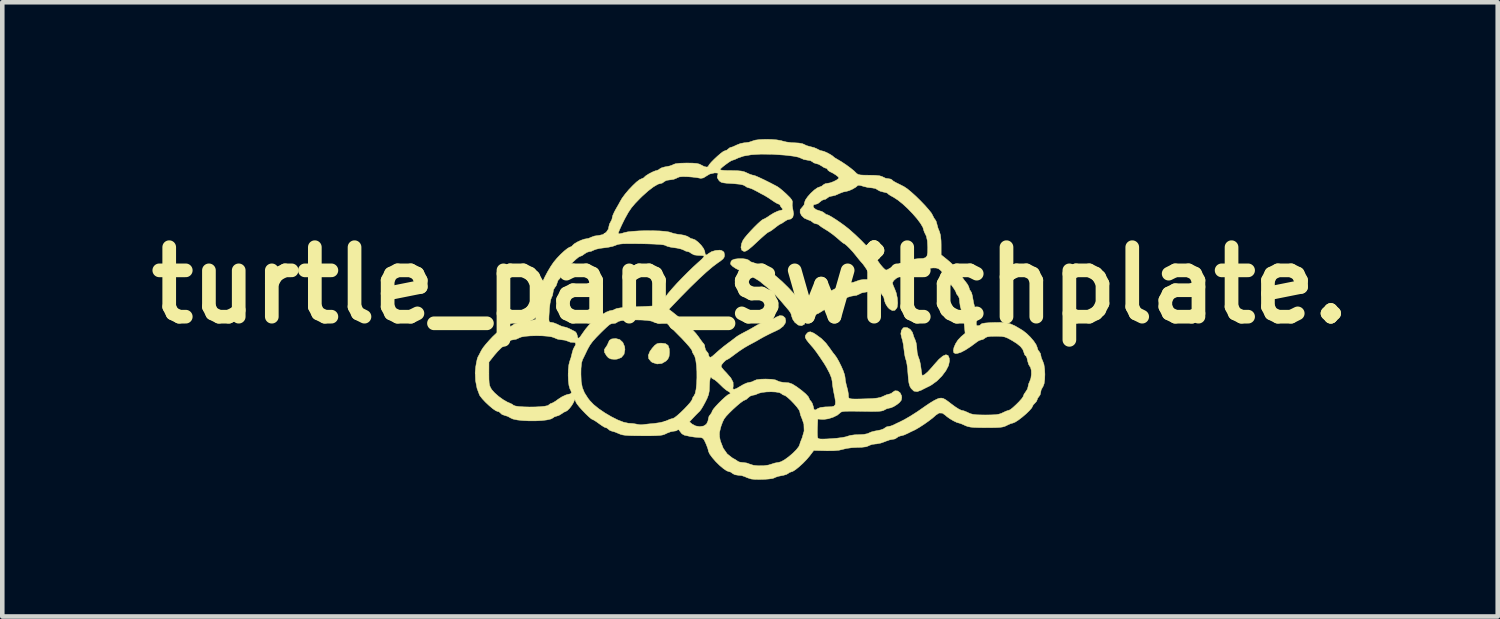
<source format=kicad_pcb>
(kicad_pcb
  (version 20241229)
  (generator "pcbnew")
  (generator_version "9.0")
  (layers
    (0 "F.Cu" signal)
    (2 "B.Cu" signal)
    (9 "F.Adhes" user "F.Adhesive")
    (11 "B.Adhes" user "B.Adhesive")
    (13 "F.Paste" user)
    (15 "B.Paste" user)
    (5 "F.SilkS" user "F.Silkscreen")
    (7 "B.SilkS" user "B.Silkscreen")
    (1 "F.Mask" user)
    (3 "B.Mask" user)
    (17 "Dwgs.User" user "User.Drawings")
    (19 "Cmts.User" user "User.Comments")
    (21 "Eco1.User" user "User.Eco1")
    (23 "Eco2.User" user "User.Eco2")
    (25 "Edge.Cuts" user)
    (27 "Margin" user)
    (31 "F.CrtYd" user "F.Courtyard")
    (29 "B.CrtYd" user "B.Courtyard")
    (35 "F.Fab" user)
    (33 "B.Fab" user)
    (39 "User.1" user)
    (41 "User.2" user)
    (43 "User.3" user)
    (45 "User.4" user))
  (footprint "turtle_pan_switchplate."
    (layer "F.Cu")
    (at 13.397 3.205)
    (property "Reference" "turtle_pan_switchplate." (at 0 0 0) (layer "F.SilkS") (effects (font (size 1.524 1.524) (thickness 0.3))))
    (attr through_hole)
    (fp_poly (pts (xy -1.853 1.281) (xy -1.797 1.32) (xy -1.771 1.394) (xy -1.767 1.474) (xy -1.775 1.56) (xy -1.802 1.619) (xy -1.841 1.661) (xy -1.934 1.715) (xy -2.038 1.726) (xy -2.14 1.694) (xy -2.168 1.675) (xy -2.222 1.61) (xy -2.23 1.536) (xy -2.193 1.447) (xy -2.145 1.381) (xy -2.087 1.316) (xy -2.041 1.283) (xy -1.986 1.271) (xy -1.945 1.27) (xy -1.853 1.281)) (stroke (width 0.01) (type solid)) (fill yes) (layer "F.SilkS"))
    (fp_poly (pts (xy -2.857 1.191) (xy -2.789 1.254) (xy -2.75 1.347) (xy -2.743 1.411) (xy -2.763 1.514) (xy -2.822 1.585) (xy -2.916 1.62) (xy -2.972 1.624) (xy -3.052 1.617) (xy -3.105 1.591) (xy -3.143 1.55) (xy -3.191 1.472) (xy -3.195 1.41) (xy -3.166 1.366) (xy -3.131 1.314) (xy -3.111 1.269) (xy -3.083 1.208) (xy -3.035 1.178) (xy -2.955 1.169) (xy -2.945 1.169) (xy -2.857 1.191)) (stroke (width 0.01) (type solid)) (fill yes) (layer "F.SilkS"))
    (fp_poly (pts (xy 2.572 -0.125) (xy 2.64 -0.113) (xy 2.676 -0.088) (xy 2.677 -0.087) (xy 2.697 0.013) (xy 2.673 0.09) (xy 2.609 0.138) (xy 2.523 0.153) (xy 2.45 0.167) (xy 2.402 0.191) (xy 2.339 0.22) (xy 2.282 0.229) (xy 2.216 0.24) (xy 2.123 0.27) (xy 2.022 0.312) (xy 1.93 0.359) (xy 1.877 0.387) (xy 1.833 0.407) (xy 1.784 0.434) (xy 1.709 0.481) (xy 1.624 0.539) (xy 1.614 0.546) (xy 1.5 0.617) (xy 1.401 0.656) (xy 1.325 0.662) (xy 1.287 0.643) (xy 1.266 0.592) (xy 1.289 0.524) (xy 1.358 0.437) (xy 1.429 0.369) (xy 1.51 0.299) (xy 1.582 0.239) (xy 1.634 0.201) (xy 1.642 0.196) (xy 1.764 0.129) (xy 1.868 0.076) (xy 1.947 0.04) (xy 1.991 0.025) (xy 1.993 0.025) (xy 2.036 0.008) (xy 2.057 -0.013) (xy 2.103 -0.039) (xy 2.172 -0.051) (xy 2.181 -0.052) (xy 2.263 -0.063) (xy 2.335 -0.088) (xy 2.337 -0.089) (xy 2.404 -0.113) (xy 2.488 -0.125) (xy 2.572 -0.125)) (stroke (width 0.01) (type solid)) (fill yes) (layer "F.SilkS"))
    (fp_poly (pts (xy 3.447 0.929) (xy 3.513 0.968) (xy 3.56 1.031) (xy 3.57 1.061) (xy 3.594 1.137) (xy 3.621 1.198) (xy 3.643 1.265) (xy 3.656 1.353) (xy 3.658 1.388) (xy 3.666 1.479) (xy 3.686 1.56) (xy 3.695 1.583) (xy 3.718 1.647) (xy 3.738 1.739) (xy 3.749 1.818) (xy 3.76 1.901) (xy 3.77 1.96) (xy 3.777 1.981) (xy 3.826 1.961) (xy 3.897 1.9) (xy 3.991 1.797) (xy 4.039 1.74) (xy 4.142 1.625) (xy 4.229 1.552) (xy 4.296 1.524) (xy 4.343 1.54) (xy 4.369 1.6) (xy 4.374 1.66) (xy 4.353 1.761) (xy 4.295 1.873) (xy 4.209 1.988) (xy 4.104 2.094) (xy 3.988 2.18) (xy 3.932 2.212) (xy 3.85 2.252) (xy 3.775 2.29) (xy 3.755 2.301) (xy 3.665 2.333) (xy 3.593 2.321) (xy 3.532 2.262) (xy 3.532 2.262) (xy 3.504 2.212) (xy 3.485 2.145) (xy 3.472 2.05) (xy 3.463 1.938) (xy 3.454 1.826) (xy 3.441 1.728) (xy 3.427 1.659) (xy 3.42 1.638) (xy 3.404 1.588) (xy 3.388 1.505) (xy 3.376 1.41) (xy 3.363 1.307) (xy 3.345 1.213) (xy 3.327 1.154) (xy 3.307 1.067) (xy 3.319 0.99) (xy 3.358 0.937) (xy 3.38 0.927) (xy 3.447 0.929)) (stroke (width 0.01) (type solid)) (fill yes) (layer "F.SilkS"))
    (fp_poly (pts (xy -0.162 -0.583) (xy -0.082 -0.572) (xy -0.03 -0.551) (xy -0.025 -0.546) (xy 0.015 -0.514) (xy 0.035 -0.507) (xy 0.084 -0.493) (xy 0.164 -0.456) (xy 0.263 -0.403) (xy 0.372 -0.338) (xy 0.444 -0.292) (xy 0.567 -0.2) (xy 0.701 -0.083) (xy 0.836 0.049) (xy 0.962 0.184) (xy 1.069 0.314) (xy 1.147 0.427) (xy 1.16 0.451) (xy 1.195 0.54) (xy 1.215 0.642) (xy 1.22 0.74) (xy 1.209 0.82) (xy 1.189 0.859) (xy 1.128 0.888) (xy 1.057 0.873) (xy 0.986 0.817) (xy 0.98 0.811) (xy 0.937 0.747) (xy 0.915 0.687) (xy 0.913 0.678) (xy 0.897 0.62) (xy 0.858 0.558) (xy 0.856 0.556) (xy 0.813 0.505) (xy 0.749 0.43) (xy 0.678 0.346) (xy 0.665 0.331) (xy 0.577 0.234) (xy 0.477 0.135) (xy 0.386 0.055) (xy 0.314 -0.004) (xy 0.258 -0.05) (xy 0.23 -0.075) (xy 0.229 -0.076) (xy 0.201 -0.096) (xy 0.143 -0.132) (xy 0.089 -0.164) (xy 0.018 -0.207) (xy -0.034 -0.241) (xy -0.051 -0.256) (xy -0.083 -0.276) (xy -0.136 -0.293) (xy -0.225 -0.324) (xy -0.312 -0.368) (xy -0.383 -0.415) (xy -0.424 -0.459) (xy -0.428 -0.47) (xy -0.417 -0.522) (xy -0.392 -0.551) (xy -0.335 -0.573) (xy -0.252 -0.583) (xy -0.162 -0.583)) (stroke (width 0.01) (type solid)) (fill yes) (layer "F.SilkS"))
    (fp_poly (pts (xy 0.464 -3.198) (xy 0.585 -3.188) (xy 0.683 -3.171) (xy 0.711 -3.162) (xy 0.799 -3.141) (xy 0.907 -3.127) (xy 0.975 -3.124) (xy 1.074 -3.118) (xy 1.152 -3.103) (xy 1.182 -3.09) (xy 1.24 -3.062) (xy 1.318 -3.04) (xy 1.332 -3.037) (xy 1.411 -3.016) (xy 1.476 -2.987) (xy 1.484 -2.982) (xy 1.542 -2.954) (xy 1.579 -2.946) (xy 1.625 -2.934) (xy 1.693 -2.904) (xy 1.763 -2.866) (xy 1.816 -2.831) (xy 1.829 -2.818) (xy 1.858 -2.795) (xy 1.907 -2.766) (xy 2.002 -2.71) (xy 2.106 -2.641) (xy 2.204 -2.569) (xy 2.282 -2.506) (xy 2.309 -2.479) (xy 2.341 -2.448) (xy 2.375 -2.429) (xy 2.424 -2.418) (xy 2.499 -2.414) (xy 2.612 -2.413) (xy 2.616 -2.413) (xy 2.75 -2.41) (xy 2.842 -2.4) (xy 2.898 -2.383) (xy 2.91 -2.376) (xy 2.974 -2.346) (xy 3.027 -2.338) (xy 3.084 -2.328) (xy 3.112 -2.311) (xy 3.144 -2.283) (xy 3.201 -2.25) (xy 3.208 -2.247) (xy 3.287 -2.208) (xy 3.373 -2.164) (xy 3.383 -2.158) (xy 3.449 -2.114) (xy 3.535 -2.043) (xy 3.635 -1.953) (xy 3.737 -1.853) (xy 3.834 -1.752) (xy 3.916 -1.659) (xy 3.976 -1.584) (xy 3.999 -1.543) (xy 4.03 -1.481) (xy 4.056 -1.441) (xy 4.061 -1.437) (xy 4.08 -1.405) (xy 4.098 -1.344) (xy 4.1 -1.335) (xy 4.123 -1.25) (xy 4.154 -1.176) (xy 4.176 -1.099) (xy 4.189 -0.977) (xy 4.191 -0.886) (xy 4.191 -0.667) (xy 4.312 -0.57) (xy 4.388 -0.506) (xy 4.456 -0.442) (xy 4.489 -0.408) (xy 4.539 -0.351) (xy 4.581 -0.305) (xy 4.619 -0.247) (xy 4.633 -0.216) (xy 4.659 -0.166) (xy 4.706 -0.101) (xy 4.725 -0.079) (xy 4.771 -0.017) (xy 4.798 0.037) (xy 4.801 0.051) (xy 4.819 0.105) (xy 4.835 0.124) (xy 4.858 0.164) (xy 4.877 0.236) (xy 4.886 0.289) (xy 4.904 0.389) (xy 4.93 0.488) (xy 4.943 0.523) (xy 4.971 0.628) (xy 4.969 0.752) (xy 4.968 0.755) (xy 4.961 0.833) (xy 4.965 0.873) (xy 4.983 0.888) (xy 5.001 0.889) (xy 5.047 0.875) (xy 5.061 0.857) (xy 5.087 0.841) (xy 5.154 0.829) (xy 5.267 0.82) (xy 5.353 0.817) (xy 5.499 0.815) (xy 5.613 0.824) (xy 5.711 0.848) (xy 5.81 0.891) (xy 5.926 0.959) (xy 5.984 0.995) (xy 6.065 1.058) (xy 6.147 1.138) (xy 6.22 1.223) (xy 6.273 1.302) (xy 6.298 1.364) (xy 6.299 1.374) (xy 6.317 1.425) (xy 6.337 1.448) (xy 6.369 1.498) (xy 6.376 1.533) (xy 6.388 1.593) (xy 6.418 1.662) (xy 6.419 1.664) (xy 6.445 1.736) (xy 6.46 1.837) (xy 6.466 1.951) (xy 6.462 2.063) (xy 6.449 2.159) (xy 6.425 2.222) (xy 6.42 2.228) (xy 6.385 2.292) (xy 6.375 2.342) (xy 6.361 2.404) (xy 6.337 2.438) (xy 6.305 2.482) (xy 6.299 2.505) (xy 6.281 2.547) (xy 6.248 2.584) (xy 6.21 2.624) (xy 6.198 2.648) (xy 6.178 2.689) (xy 6.127 2.748) (xy 6.055 2.818) (xy 5.972 2.889) (xy 5.889 2.953) (xy 5.816 3) (xy 5.764 3.022) (xy 5.758 3.023) (xy 5.717 3.034) (xy 5.654 3.062) (xy 5.632 3.073) (xy 5.588 3.094) (xy 5.538 3.108) (xy 5.472 3.117) (xy 5.38 3.122) (xy 5.253 3.123) (xy 5.175 3.123) (xy 5.024 3.122) (xy 4.914 3.118) (xy 4.833 3.11) (xy 4.773 3.097) (xy 4.723 3.079) (xy 4.712 3.073) (xy 4.645 3.043) (xy 4.596 3.025) (xy 4.586 3.023) (xy 4.534 3.008) (xy 4.459 2.972) (xy 4.38 2.925) (xy 4.313 2.877) (xy 4.292 2.857) (xy 4.219 2.804) (xy 4.145 2.802) (xy 4.07 2.851) (xy 4.063 2.859) (xy 4.004 2.911) (xy 3.916 2.978) (xy 3.814 3.05) (xy 3.712 3.116) (xy 3.625 3.167) (xy 3.581 3.188) (xy 3.535 3.209) (xy 3.468 3.243) (xy 3.449 3.252) (xy 3.378 3.284) (xy 3.317 3.301) (xy 3.306 3.302) (xy 3.249 3.321) (xy 3.226 3.34) (xy 3.177 3.37) (xy 3.127 3.379) (xy 3.062 3.391) (xy 2.982 3.419) (xy 2.959 3.429) (xy 2.868 3.461) (xy 2.774 3.479) (xy 2.756 3.48) (xy 2.677 3.49) (xy 2.613 3.513) (xy 2.605 3.519) (xy 2.545 3.542) (xy 2.441 3.554) (xy 2.358 3.556) (xy 2.234 3.562) (xy 2.118 3.578) (xy 2.043 3.596) (xy 1.951 3.618) (xy 1.831 3.629) (xy 1.673 3.63) (xy 1.662 3.629) (xy 1.398 3.623) (xy 1.31 3.739) (xy 1.241 3.821) (xy 1.159 3.905) (xy 1.074 3.982) (xy 0.997 4.044) (xy 0.937 4.082) (xy 0.912 4.089) (xy 0.86 4.108) (xy 0.841 4.124) (xy 0.8 4.148) (xy 0.729 4.169) (xy 0.694 4.175) (xy 0.616 4.191) (xy 0.555 4.212) (xy 0.54 4.221) (xy 0.497 4.237) (xy 0.418 4.248) (xy 0.316 4.256) (xy 0.208 4.259) (xy 0.107 4.257) (xy 0.029 4.249) (xy 0.013 4.245) (xy -0.063 4.22) (xy -0.119 4.195) (xy -0.184 4.174) (xy -0.262 4.166) (xy -0.262 4.166) (xy -0.331 4.155) (xy -0.379 4.13) (xy -0.381 4.128) (xy -0.428 4.095) (xy -0.455 4.089) (xy -0.51 4.07) (xy -0.584 4.02) (xy -0.669 3.948) (xy -0.754 3.864) (xy -0.829 3.777) (xy -0.886 3.699) (xy -0.913 3.638) (xy -0.914 3.627) (xy -0.924 3.586) (xy -0.949 3.518) (xy -0.97 3.467) (xy -1.005 3.393) (xy -1.035 3.355) (xy -1.076 3.34) (xy -1.129 3.337) (xy -1.218 3.33) (xy -1.3 3.318) (xy -1.308 3.317) (xy -1.377 3.301) (xy -0.671 3.301) (xy -0.657 3.384) (xy -0.647 3.422) (xy -0.588 3.574) (xy -0.5 3.699) (xy -0.39 3.785) (xy -0.382 3.79) (xy -0.319 3.825) (xy -0.274 3.856) (xy -0.271 3.859) (xy -0.229 3.878) (xy -0.162 3.887) (xy -0.154 3.887) (xy -0.072 3.898) (xy -0.001 3.924) (xy 0 3.924) (xy 0.075 3.948) (xy 0.179 3.959) (xy 0.295 3.958) (xy 0.403 3.943) (xy 0.466 3.924) (xy 0.544 3.899) (xy 0.615 3.886) (xy 0.623 3.886) (xy 0.682 3.869) (xy 0.762 3.824) (xy 0.851 3.759) (xy 0.939 3.684) (xy 1.016 3.607) (xy 1.07 3.538) (xy 1.092 3.486) (xy 1.092 3.484) (xy 1.102 3.448) (xy 1.127 3.385) (xy 1.142 3.349) (xy 1.186 3.197) (xy 1.181 3.046) (xy 1.143 2.934) (xy 1.112 2.858) (xy 1.094 2.791) (xy 1.093 2.776) (xy 1.075 2.735) (xy 1.03 2.672) (xy 0.966 2.598) (xy 0.896 2.525) (xy 0.828 2.463) (xy 0.774 2.422) (xy 0.749 2.413) (xy 0.708 2.395) (xy 0.686 2.375) (xy 0.643 2.354) (xy 0.564 2.341) (xy 0.465 2.336) (xy 0.361 2.339) (xy 0.265 2.35) (xy 0.193 2.368) (xy 0.178 2.375) (xy 0.111 2.403) (xy 0.061 2.412) (xy 0.004 2.431) (xy -0.038 2.464) (xy -0.08 2.502) (xy -0.108 2.515) (xy -0.146 2.532) (xy -0.209 2.577) (xy -0.288 2.643) (xy -0.373 2.72) (xy -0.454 2.799) (xy -0.523 2.872) (xy -0.567 2.93) (xy -0.6 2.996) (xy -0.634 3.087) (xy -0.649 3.139) (xy -0.669 3.228) (xy -0.671 3.301) (xy -1.377 3.301) (xy -1.384 3.3) (xy -1.441 3.287) (xy -1.494 3.257) (xy -1.532 3.209) (xy -1.563 3.167) (xy -1.585 3.171) (xy -1.622 3.193) (xy -1.672 3.2) (xy -1.739 3.212) (xy -1.818 3.242) (xy -1.835 3.251) (xy -1.876 3.27) (xy -1.921 3.284) (xy -1.98 3.293) (xy -2.062 3.298) (xy -2.175 3.301) (xy -2.329 3.301) (xy -2.356 3.301) (xy -2.518 3.3) (xy -2.639 3.297) (xy -2.728 3.291) (xy -2.792 3.282) (xy -2.842 3.268) (xy -2.883 3.251) (xy -2.955 3.221) (xy -3.013 3.203) (xy -3.026 3.201) (xy -3.076 3.182) (xy -3.099 3.162) (xy -3.14 3.13) (xy -3.162 3.124) (xy -3.198 3.11) (xy -3.258 3.072) (xy -3.31 3.035) (xy -3.377 2.987) (xy -3.429 2.955) (xy -3.45 2.946) (xy -3.482 2.929) (xy -3.537 2.882) (xy -3.606 2.816) (xy -3.677 2.742) (xy -3.743 2.668) (xy -3.792 2.606) (xy -3.815 2.569) (xy -3.842 2.502) (xy -3.871 2.571) (xy -3.907 2.633) (xy -3.956 2.697) (xy -4.006 2.747) (xy -4.044 2.769) (xy -4.045 2.769) (xy -4.08 2.783) (xy -4.131 2.818) (xy -4.133 2.819) (xy -4.192 2.855) (xy -4.242 2.87) (xy -4.296 2.889) (xy -4.315 2.905) (xy -4.364 2.932) (xy -4.452 2.953) (xy -4.569 2.967) (xy -4.704 2.974) (xy -4.845 2.974) (xy -4.982 2.967) (xy -5.104 2.954) (xy -5.2 2.933) (xy -5.259 2.906) (xy -5.259 2.905) (xy -5.313 2.875) (xy -5.378 2.855) (xy -5.438 2.834) (xy -5.471 2.804) (xy -5.471 2.804) (xy -5.505 2.774) (xy -5.532 2.769) (xy -5.576 2.751) (xy -5.643 2.705) (xy -5.721 2.639) (xy -5.801 2.564) (xy -5.871 2.489) (xy -5.922 2.424) (xy -5.932 2.406) (xy -5.986 2.262) (xy -6.019 2.091) (xy -6.025 1.941) (xy -5.726 1.941) (xy -5.725 2.061) (xy -5.72 2.144) (xy -5.709 2.202) (xy -5.689 2.248) (xy -5.664 2.289) (xy -5.601 2.36) (xy -5.511 2.439) (xy -5.411 2.511) (xy -5.318 2.564) (xy -5.281 2.579) (xy -5.219 2.608) (xy -5.187 2.632) (xy -5.146 2.648) (xy -5.066 2.66) (xy -4.96 2.667) (xy -4.839 2.67) (xy -4.715 2.669) (xy -4.599 2.663) (xy -4.503 2.653) (xy -4.438 2.64) (xy -4.42 2.629) (xy -4.378 2.597) (xy -4.357 2.591) (xy -4.321 2.576) (xy -4.26 2.539) (xy -4.207 2.5) (xy -4.125 2.447) (xy -4.042 2.408) (xy -4 2.395) (xy -3.938 2.381) (xy -3.916 2.358) (xy -3.928 2.312) (xy -3.95 2.27) (xy -3.97 2.2) (xy -3.983 2.097) (xy -3.988 1.976) (xy -3.987 1.944) (xy -3.708 1.944) (xy -3.702 2.109) (xy -3.678 2.241) (xy -3.631 2.357) (xy -3.555 2.476) (xy -3.515 2.528) (xy -3.431 2.616) (xy -3.316 2.709) (xy -3.182 2.8) (xy -3.039 2.884) (xy -2.9 2.954) (xy -2.774 3.003) (xy -2.673 3.025) (xy -2.663 3.026) (xy -2.573 3.032) (xy -2.491 3.045) (xy -2.477 3.049) (xy -2.405 3.06) (xy -2.349 3.057) (xy -2.3 3.05) (xy -2.217 3.041) (xy -2.117 3.032) (xy -2.108 3.031) (xy -1.997 3.016) (xy -1.901 2.995) (xy -1.329 2.995) (xy -1.268 3.046) (xy -1.191 3.086) (xy -1.101 3.1) (xy -1.017 3.087) (xy -0.957 3.047) (xy -0.954 3.042) (xy -0.923 2.979) (xy -0.914 2.931) (xy -0.899 2.873) (xy -0.879 2.847) (xy -0.844 2.799) (xy -0.828 2.758) (xy -0.805 2.719) (xy -0.755 2.659) (xy -0.689 2.588) (xy -0.615 2.515) (xy -0.545 2.451) (xy -0.488 2.405) (xy -0.454 2.388) (xy -0.432 2.375) (xy -0.442 2.349) (xy -0.479 2.325) (xy -0.48 2.325) (xy -0.522 2.299) (xy -0.584 2.248) (xy -0.651 2.183) (xy -0.717 2.12) (xy -0.772 2.075) (xy -0.806 2.057) (xy -0.806 2.057) (xy -0.836 2.041) (xy -0.838 2.03) (xy -0.854 2.015) (xy -0.864 2.019) (xy -0.876 2.051) (xy -0.885 2.119) (xy -0.889 2.208) (xy -0.889 2.209) (xy -0.893 2.312) (xy -0.908 2.393) (xy -0.94 2.478) (xy -0.979 2.557) (xy -1.026 2.644) (xy -1.068 2.714) (xy -1.097 2.754) (xy -1.099 2.757) (xy -1.133 2.79) (xy -1.188 2.845) (xy -1.23 2.889) (xy -1.329 2.995) (xy -1.901 2.995) (xy -1.894 2.994) (xy -1.823 2.968) (xy -1.754 2.938) (xy -1.699 2.922) (xy -1.689 2.921) (xy -1.654 2.903) (xy -1.595 2.857) (xy -1.521 2.791) (xy -1.443 2.715) (xy -1.37 2.638) (xy -1.311 2.571) (xy -1.276 2.521) (xy -1.27 2.505) (xy -1.253 2.458) (xy -1.23 2.427) (xy -1.203 2.374) (xy -1.183 2.281) (xy -1.171 2.162) (xy -1.165 2.027) (xy -1.166 1.887) (xy -1.175 1.755) (xy -1.19 1.641) (xy -1.212 1.558) (xy -1.231 1.525) (xy -1.263 1.471) (xy -1.27 1.437) (xy -1.287 1.405) (xy -1.334 1.344) (xy -1.406 1.262) (xy -1.494 1.167) (xy -1.545 1.116) (xy -1.819 0.838) (xy -1.946 0.838) (xy -2.035 0.831) (xy -2.105 0.811) (xy -2.122 0.801) (xy -2.17 0.784) (xy -2.255 0.771) (xy -2.364 0.763) (xy -2.487 0.76) (xy -2.612 0.761) (xy -2.727 0.766) (xy -2.821 0.776) (xy -2.881 0.791) (xy -2.896 0.8) (xy -2.944 0.83) (xy -2.992 0.838) (xy -3.026 0.84) (xy -3.058 0.85) (xy -3.095 0.875) (xy -3.147 0.921) (xy -3.223 0.993) (xy -3.264 1.033) (xy -3.372 1.143) (xy -3.451 1.231) (xy -3.509 1.31) (xy -3.555 1.391) (xy -3.577 1.435) (xy -3.618 1.521) (xy -3.656 1.599) (xy -3.672 1.63) (xy -3.694 1.702) (xy -3.706 1.822) (xy -3.708 1.944) (xy -3.987 1.944) (xy -3.985 1.853) (xy -3.973 1.745) (xy -3.954 1.669) (xy -3.926 1.587) (xy -3.903 1.495) (xy -3.901 1.486) (xy -3.879 1.409) (xy -3.85 1.35) (xy -3.843 1.341) (xy -3.82 1.293) (xy -3.835 1.258) (xy -3.881 1.251) (xy -3.885 1.252) (xy -3.94 1.249) (xy -3.99 1.229) (xy -4.059 1.205) (xy -4.14 1.195) (xy -4.141 1.195) (xy -4.22 1.182) (xy -4.287 1.154) (xy -4.288 1.153) (xy -4.345 1.133) (xy -4.439 1.118) (xy -4.557 1.109) (xy -4.687 1.107) (xy -4.815 1.11) (xy -4.929 1.119) (xy -5.016 1.135) (xy -5.056 1.151) (xy -5.126 1.183) (xy -5.186 1.194) (xy -5.244 1.205) (xy -5.276 1.226) (xy -5.308 1.259) (xy -5.366 1.304) (xy -5.392 1.321) (xy -5.457 1.374) (xy -5.534 1.451) (xy -5.606 1.534) (xy -5.725 1.684) (xy -5.726 1.941) (xy -6.025 1.941) (xy -6.027 1.912) (xy -6.016 1.794) (xy -6 1.699) (xy -5.983 1.62) (xy -5.968 1.576) (xy -5.968 1.575) (xy -5.943 1.53) (xy -5.908 1.461) (xy -5.892 1.43) (xy -5.854 1.37) (xy -5.793 1.293) (xy -5.719 1.209) (xy -5.642 1.127) (xy -5.569 1.058) (xy -5.51 1.009) (xy -5.473 0.991) (xy -5.432 0.973) (xy -5.41 0.953) (xy -5.362 0.924) (xy -5.309 0.914) (xy -5.245 0.902) (xy -5.208 0.877) (xy -5.163 0.848) (xy -5.094 0.827) (xy -5.084 0.825) (xy -5.005 0.812) (xy -4.905 0.793) (xy -4.845 0.781) (xy -4.699 0.752) (xy -4.699 0.751) (xy -4.411 0.751) (xy -4.406 0.791) (xy -4.394 0.808) (xy -4.371 0.813) (xy -4.361 0.813) (xy -4.303 0.825) (xy -4.229 0.854) (xy -4.21 0.864) (xy -4.141 0.896) (xy -4.085 0.913) (xy -4.074 0.914) (xy -4.025 0.926) (xy -3.96 0.953) (xy -3.954 0.956) (xy -3.888 0.99) (xy -3.838 1.015) (xy -3.835 1.016) (xy -3.804 1.053) (xy -3.789 1.101) (xy -3.778 1.152) (xy -3.757 1.162) (xy -3.724 1.13) (xy -3.673 1.056) (xy -3.609 0.966) (xy -3.534 0.876) (xy -3.509 0.85) (xy -3.427 0.776) (xy -3.332 0.702) (xy -3.235 0.637) (xy -3.147 0.587) (xy -3.081 0.561) (xy -3.065 0.559) (xy -2.998 0.544) (xy -2.958 0.524) (xy -2.918 0.509) (xy -2.84 0.496) (xy -2.722 0.485) (xy -2.558 0.475) (xy -2.439 0.47) (xy -2.272 0.463) (xy -2.15 0.456) (xy -2.063 0.449) (xy -2.005 0.441) (xy -1.968 0.429) (xy -1.945 0.415) (xy -1.931 0.397) (xy -1.896 0.34) (xy -1.88 0.302) (xy -1.852 0.252) (xy -1.793 0.175) (xy -1.709 0.076) (xy -1.606 -0.038) (xy -1.49 -0.159) (xy -1.368 -0.282) (xy -1.246 -0.4) (xy -1.13 -0.506) (xy -1.109 -0.524) (xy -1.049 -0.58) (xy -1.013 -0.623) (xy -1.008 -0.642) (xy -1.044 -0.65) (xy -1.111 -0.654) (xy -1.135 -0.654) (xy -1.224 -0.665) (xy -1.283 -0.695) (xy -1.331 -0.728) (xy -1.362 -0.737) (xy -1.411 -0.749) (xy -1.455 -0.772) (xy -1.511 -0.794) (xy -1.596 -0.814) (xy -1.662 -0.823) (xy -1.75 -0.837) (xy -1.82 -0.856) (xy -1.85 -0.871) (xy -1.888 -0.884) (xy -1.969 -0.894) (xy -2.095 -0.902) (xy -2.268 -0.908) (xy -2.376 -0.91) (xy -2.552 -0.912) (xy -2.685 -0.912) (xy -2.783 -0.91) (xy -2.853 -0.903) (xy -2.902 -0.894) (xy -2.939 -0.88) (xy -2.945 -0.877) (xy -3.012 -0.853) (xy -3.108 -0.833) (xy -3.195 -0.821) (xy -3.292 -0.809) (xy -3.375 -0.79) (xy -3.422 -0.772) (xy -3.484 -0.744) (xy -3.526 -0.737) (xy -3.579 -0.721) (xy -3.632 -0.686) (xy -3.684 -0.649) (xy -3.723 -0.635) (xy -3.759 -0.617) (xy -3.818 -0.569) (xy -3.891 -0.501) (xy -3.968 -0.422) (xy -4.042 -0.342) (xy -4.101 -0.269) (xy -4.139 -0.214) (xy -4.145 -0.201) (xy -4.169 -0.149) (xy -4.191 -0.127) (xy -4.191 -0.127) (xy -4.211 -0.105) (xy -4.229 -0.053) (xy -4.229 -0.053) (xy -4.252 0.012) (xy -4.282 0.052) (xy -4.309 0.099) (xy -4.318 0.15) (xy -4.331 0.222) (xy -4.352 0.267) (xy -4.37 0.316) (xy -4.386 0.402) (xy -4.399 0.513) (xy -4.402 0.565) (xy -4.409 0.679) (xy -4.411 0.751) (xy -4.699 0.751) (xy -4.698 0.56) (xy -4.694 0.425) (xy -4.678 0.303) (xy -4.648 0.182) (xy -4.601 0.048) (xy -4.532 -0.111) (xy -4.501 -0.178) (xy -4.441 -0.292) (xy -4.371 -0.41) (xy -4.305 -0.507) (xy -4.303 -0.509) (xy -4.234 -0.592) (xy -4.155 -0.675) (xy -4.075 -0.749) (xy -4.004 -0.806) (xy -3.953 -0.836) (xy -3.94 -0.838) (xy -3.905 -0.857) (xy -3.894 -0.871) (xy -3.854 -0.908) (xy -3.784 -0.95) (xy -3.704 -0.987) (xy -3.631 -1.012) (xy -3.6 -1.017) (xy -3.535 -1.03) (xy -3.48 -1.054) (xy -3.411 -1.079) (xy -3.327 -1.091) (xy -3.32 -1.091) (xy -3.229 -1.111) (xy -3.202 -1.129) (xy -2.89 -1.129) (xy -2.89 -1.129) (xy -2.859 -1.128) (xy -2.798 -1.141) (xy -2.757 -1.154) (xy -2.68 -1.171) (xy -2.566 -1.183) (xy -2.428 -1.192) (xy -2.278 -1.196) (xy -2.126 -1.195) (xy -1.983 -1.191) (xy -1.862 -1.181) (xy -1.774 -1.168) (xy -1.744 -1.158) (xy -1.67 -1.134) (xy -1.575 -1.116) (xy -1.53 -1.111) (xy -1.443 -1.096) (xy -1.373 -1.072) (xy -1.35 -1.058) (xy -1.296 -1.025) (xy -1.259 -1.016) (xy -1.205 -0.996) (xy -1.139 -0.946) (xy -1.072 -0.878) (xy -1.019 -0.806) (xy -0.992 -0.744) (xy -0.991 -0.732) (xy -0.981 -0.674) (xy -0.951 -0.664) (xy -0.908 -0.696) (xy -0.842 -0.737) (xy -0.752 -0.763) (xy -0.663 -0.77) (xy -0.62 -0.761) (xy -0.572 -0.727) (xy -0.559 -0.664) (xy -0.559 -0.663) (xy -0.566 -0.618) (xy -0.592 -0.578) (xy -0.649 -0.531) (xy -0.705 -0.493) (xy -0.816 -0.41) (xy -0.956 -0.291) (xy -1.121 -0.139) (xy -1.31 0.044) (xy -1.518 0.255) (xy -1.607 0.348) (xy -1.779 0.528) (xy -1.701 0.588) (xy -1.552 0.707) (xy -1.411 0.83) (xy -1.287 0.949) (xy -1.188 1.055) (xy -1.129 1.131) (xy -1.078 1.204) (xy -1.036 1.26) (xy -1.014 1.284) (xy -0.995 1.318) (xy -0.991 1.357) (xy -0.975 1.418) (xy -0.953 1.448) (xy -0.92 1.488) (xy -0.914 1.508) (xy -0.901 1.554) (xy -0.892 1.571) (xy -0.87 1.582) (xy -0.832 1.562) (xy -0.77 1.508) (xy -0.759 1.498) (xy -0.678 1.426) (xy -0.579 1.344) (xy -0.495 1.28) (xy -0.415 1.221) (xy -0.348 1.17) (xy -0.306 1.137) (xy -0.305 1.136) (xy -0.262 1.107) (xy -0.191 1.066) (xy -0.127 1.032) (xy -0.037 0.985) (xy 0.047 0.938) (xy 0.089 0.913) (xy 0.161 0.871) (xy 0.228 0.839) (xy 0.229 0.839) (xy 0.299 0.808) (xy 0.364 0.775) (xy 0.428 0.748) (xy 0.479 0.737) (xy 0.532 0.723) (xy 0.579 0.697) (xy 0.655 0.665) (xy 0.722 0.674) (xy 0.769 0.716) (xy 0.783 0.783) (xy 0.774 0.828) (xy 0.728 0.897) (xy 0.645 0.962) (xy 0.559 1.005) (xy 0.493 1.035) (xy 0.403 1.079) (xy 0.306 1.129) (xy 0.223 1.175) (xy 0.191 1.194) (xy 0.125 1.232) (xy 0.037 1.279) (xy -0.025 1.312) (xy -0.119 1.366) (xy -0.227 1.437) (xy -0.321 1.505) (xy -0.397 1.562) (xy -0.458 1.605) (xy -0.492 1.625) (xy -0.495 1.626) (xy -0.531 1.644) (xy -0.577 1.687) (xy -0.617 1.736) (xy -0.635 1.774) (xy -0.618 1.808) (xy -0.573 1.864) (xy -0.52 1.919) (xy -0.422 2.031) (xy -0.371 2.128) (xy -0.369 2.21) (xy -0.369 2.213) (xy -0.377 2.267) (xy -0.352 2.284) (xy -0.295 2.264) (xy -0.222 2.221) (xy -0.141 2.174) (xy -0.067 2.142) (xy -0.026 2.133) (xy 0.045 2.117) (xy 0.087 2.095) (xy 0.144 2.072) (xy 0.241 2.06) (xy 0.343 2.057) (xy 0.474 2.062) (xy 0.561 2.077) (xy 0.598 2.095) (xy 0.653 2.117) (xy 0.733 2.131) (xy 0.769 2.133) (xy 0.852 2.14) (xy 0.928 2.167) (xy 1.016 2.222) (xy 1.023 2.226) (xy 1.136 2.31) (xy 1.223 2.384) (xy 1.278 2.444) (xy 1.295 2.48) (xy 1.313 2.519) (xy 1.333 2.539) (xy 1.363 2.585) (xy 1.386 2.653) (xy 1.386 2.657) (xy 1.402 2.72) (xy 1.425 2.738) (xy 1.467 2.717) (xy 1.484 2.704) (xy 1.548 2.68) (xy 1.651 2.668) (xy 1.695 2.667) (xy 1.785 2.664) (xy 1.842 2.65) (xy 1.87 2.616) (xy 1.874 2.554) (xy 1.859 2.455) (xy 1.845 2.391) (xy 1.825 2.285) (xy 1.81 2.189) (xy 1.803 2.121) (xy 1.803 2.116) (xy 1.788 2.036) (xy 1.744 1.927) (xy 1.677 1.8) (xy 1.631 1.723) (xy 1.54 1.586) (xy 1.456 1.465) (xy 1.384 1.371) (xy 1.34 1.321) (xy 1.283 1.255) (xy 1.236 1.193) (xy 1.21 1.142) (xy 1.214 1.104) (xy 1.234 1.072) (xy 1.276 1.029) (xy 1.325 1.021) (xy 1.393 1.048) (xy 1.442 1.079) (xy 1.565 1.169) (xy 1.665 1.269) (xy 1.759 1.395) (xy 1.778 1.423) (xy 1.822 1.484) (xy 1.854 1.523) (xy 1.899 1.585) (xy 1.95 1.675) (xy 2.001 1.778) (xy 2.045 1.879) (xy 2.074 1.965) (xy 2.083 2.013) (xy 2.091 2.088) (xy 2.11 2.18) (xy 2.121 2.22) (xy 2.144 2.309) (xy 2.157 2.389) (xy 2.159 2.417) (xy 2.16 2.449) (xy 2.167 2.471) (xy 2.189 2.485) (xy 2.232 2.493) (xy 2.303 2.495) (xy 2.412 2.494) (xy 2.552 2.49) (xy 2.694 2.484) (xy 2.796 2.473) (xy 2.869 2.457) (xy 2.92 2.435) (xy 2.988 2.404) (xy 3.043 2.388) (xy 3.051 2.388) (xy 3.102 2.369) (xy 3.124 2.349) (xy 3.179 2.314) (xy 3.239 2.319) (xy 3.291 2.358) (xy 3.323 2.424) (xy 3.327 2.465) (xy 3.317 2.521) (xy 3.277 2.572) (xy 3.222 2.616) (xy 3.15 2.661) (xy 3.086 2.688) (xy 3.063 2.692) (xy 3.001 2.707) (xy 2.95 2.733) (xy 2.922 2.748) (xy 2.881 2.758) (xy 2.819 2.765) (xy 2.73 2.768) (xy 2.604 2.767) (xy 2.45 2.765) (xy 2.288 2.762) (xy 2.169 2.762) (xy 2.086 2.764) (xy 2.032 2.77) (xy 1.999 2.78) (xy 1.979 2.794) (xy 1.976 2.798) (xy 1.914 2.849) (xy 1.82 2.895) (xy 1.715 2.928) (xy 1.616 2.942) (xy 1.592 2.942) (xy 1.486 2.934) (xy 1.478 3.122) (xy 1.476 3.219) (xy 1.478 3.298) (xy 1.484 3.344) (xy 1.485 3.346) (xy 1.499 3.362) (xy 1.533 3.371) (xy 1.595 3.373) (xy 1.693 3.37) (xy 1.784 3.364) (xy 1.907 3.354) (xy 2.017 3.34) (xy 2.1 3.324) (xy 2.139 3.311) (xy 2.201 3.293) (xy 2.294 3.28) (xy 2.381 3.277) (xy 2.493 3.271) (xy 2.575 3.255) (xy 2.604 3.242) (xy 2.658 3.218) (xy 2.739 3.197) (xy 2.786 3.189) (xy 2.867 3.172) (xy 2.929 3.149) (xy 2.948 3.135) (xy 2.998 3.104) (xy 3.028 3.099) (xy 3.087 3.087) (xy 3.146 3.064) (xy 3.22 3.027) (xy 3.277 3.001) (xy 3.384 2.947) (xy 3.52 2.868) (xy 3.672 2.771) (xy 3.829 2.662) (xy 3.844 2.651) (xy 3.944 2.584) (xy 4.038 2.527) (xy 4.115 2.49) (xy 4.147 2.479) (xy 4.193 2.474) (xy 4.236 2.482) (xy 4.288 2.509) (xy 4.359 2.56) (xy 4.414 2.603) (xy 4.5 2.666) (xy 4.575 2.714) (xy 4.628 2.74) (xy 4.64 2.743) (xy 4.692 2.755) (xy 4.762 2.784) (xy 4.782 2.794) (xy 4.834 2.817) (xy 4.894 2.832) (xy 4.974 2.841) (xy 5.087 2.844) (xy 5.163 2.845) (xy 5.297 2.843) (xy 5.393 2.838) (xy 5.462 2.826) (xy 5.517 2.807) (xy 5.544 2.794) (xy 5.612 2.762) (xy 5.665 2.744) (xy 5.675 2.743) (xy 5.711 2.726) (xy 5.768 2.68) (xy 5.835 2.618) (xy 5.902 2.551) (xy 5.958 2.488) (xy 5.99 2.441) (xy 5.994 2.428) (xy 6.01 2.387) (xy 6.045 2.337) (xy 6.083 2.277) (xy 6.097 2.225) (xy 6.11 2.163) (xy 6.134 2.108) (xy 6.159 2.039) (xy 6.17 1.952) (xy 6.168 1.867) (xy 6.152 1.802) (xy 6.137 1.781) (xy 6.111 1.738) (xy 6.09 1.669) (xy 6.086 1.651) (xy 6.071 1.587) (xy 6.052 1.552) (xy 6.047 1.549) (xy 6.025 1.528) (xy 6.008 1.48) (xy 5.981 1.407) (xy 5.931 1.343) (xy 5.85 1.277) (xy 5.745 1.211) (xy 5.658 1.163) (xy 5.589 1.135) (xy 5.517 1.122) (xy 5.421 1.118) (xy 5.387 1.118) (xy 5.272 1.121) (xy 5.2 1.132) (xy 5.16 1.151) (xy 5.156 1.156) (xy 5.109 1.188) (xy 5.082 1.194) (xy 5.029 1.209) (xy 4.99 1.232) (xy 4.84 1.343) (xy 4.72 1.421) (xy 4.624 1.471) (xy 4.546 1.495) (xy 4.506 1.499) (xy 4.469 1.48) (xy 4.459 1.431) (xy 4.473 1.362) (xy 4.508 1.282) (xy 4.56 1.201) (xy 4.626 1.131) (xy 4.631 1.126) (xy 4.717 1.054) (xy 4.697 0.851) (xy 4.682 0.74) (xy 4.661 0.636) (xy 4.639 0.559) (xy 4.637 0.553) (xy 4.61 0.462) (xy 4.597 0.367) (xy 4.597 0.36) (xy 4.588 0.283) (xy 4.563 0.232) (xy 4.559 0.229) (xy 4.527 0.187) (xy 4.521 0.166) (xy 4.507 0.13) (xy 4.469 0.069) (xy 4.432 0.018) (xy 4.384 -0.049) (xy 4.352 -0.099) (xy 4.343 -0.119) (xy 4.328 -0.148) (xy 4.288 -0.202) (xy 4.24 -0.26) (xy 4.179 -0.327) (xy 4.133 -0.363) (xy 4.083 -0.378) (xy 4.018 -0.38) (xy 3.93 -0.372) (xy 3.854 -0.352) (xy 3.835 -0.343) (xy 3.764 -0.317) (xy 3.683 -0.305) (xy 3.602 -0.292) (xy 3.512 -0.263) (xy 3.493 -0.254) (xy 3.416 -0.223) (xy 3.348 -0.205) (xy 3.333 -0.204) (xy 3.271 -0.188) (xy 3.204 -0.15) (xy 3.149 -0.101) (xy 3.124 -0.056) (xy 3.124 -0.052) (xy 3.136 -0.004) (xy 3.164 0.062) (xy 3.171 0.077) (xy 3.207 0.171) (xy 3.23 0.282) (xy 3.238 0.391) (xy 3.227 0.478) (xy 3.221 0.496) (xy 3.177 0.549) (xy 3.119 0.555) (xy 3.054 0.517) (xy 3.013 0.472) (xy 2.971 0.402) (xy 2.948 0.337) (xy 2.946 0.322) (xy 2.932 0.262) (xy 2.91 0.23) (xy 2.878 0.184) (xy 2.857 0.127) (xy 2.834 0.063) (xy 2.805 0.024) (xy 2.774 -0.026) (xy 2.769 -0.056) (xy 2.747 -0.104) (xy 2.72 -0.119) (xy 2.672 -0.149) (xy 2.656 -0.174) (xy 2.628 -0.231) (xy 2.582 -0.31) (xy 2.529 -0.392) (xy 2.479 -0.462) (xy 2.45 -0.495) (xy 2.421 -0.528) (xy 2.372 -0.587) (xy 2.324 -0.648) (xy 2.256 -0.731) (xy 2.185 -0.808) (xy 2.122 -0.87) (xy 2.075 -0.908) (xy 2.059 -0.915) (xy 2.034 -0.931) (xy 1.983 -0.973) (xy 1.918 -1.03) (xy 1.826 -1.106) (xy 1.722 -1.181) (xy 1.658 -1.221) (xy 1.585 -1.266) (xy 1.531 -1.304) (xy 1.51 -1.322) (xy 1.475 -1.343) (xy 1.449 -1.346) (xy 1.394 -1.365) (xy 1.374 -1.382) (xy 1.328 -1.415) (xy 1.275 -1.434) (xy 1.191 -1.471) (xy 1.13 -1.528) (xy 1.098 -1.593) (xy 1.1 -1.657) (xy 1.142 -1.707) (xy 1.143 -1.708) (xy 1.164 -1.734) (xy 1.383 -1.734) (xy 1.402 -1.695) (xy 1.448 -1.659) (xy 1.511 -1.637) (xy 1.579 -1.616) (xy 1.626 -1.587) (xy 1.628 -1.585) (xy 1.667 -1.554) (xy 1.686 -1.549) (xy 1.725 -1.535) (xy 1.794 -1.496) (xy 1.883 -1.44) (xy 1.981 -1.373) (xy 2.079 -1.302) (xy 2.165 -1.234) (xy 2.184 -1.218) (xy 2.314 -1.102) (xy 2.442 -0.979) (xy 2.559 -0.857) (xy 2.659 -0.745) (xy 2.735 -0.649) (xy 2.78 -0.577) (xy 2.781 -0.574) (xy 2.814 -0.516) (xy 2.863 -0.449) (xy 2.916 -0.387) (xy 2.961 -0.344) (xy 2.985 -0.332) (xy 3.023 -0.346) (xy 3.059 -0.369) (xy 3.115 -0.399) (xy 3.151 -0.406) (xy 3.203 -0.425) (xy 3.226 -0.445) (xy 3.274 -0.474) (xy 3.325 -0.483) (xy 3.39 -0.495) (xy 3.469 -0.525) (xy 3.486 -0.533) (xy 3.59 -0.571) (xy 3.702 -0.585) (xy 3.793 -0.588) (xy 3.85 -0.606) (xy 3.882 -0.645) (xy 3.895 -0.717) (xy 3.897 -0.83) (xy 3.897 -0.831) (xy 3.889 -0.974) (xy 3.867 -1.074) (xy 3.853 -1.105) (xy 3.824 -1.163) (xy 3.81 -1.203) (xy 3.81 -1.205) (xy 3.791 -1.269) (xy 3.739 -1.357) (xy 3.662 -1.46) (xy 3.566 -1.57) (xy 3.46 -1.68) (xy 3.35 -1.782) (xy 3.244 -1.867) (xy 3.149 -1.929) (xy 3.143 -1.932) (xy 3.076 -1.969) (xy 3.032 -1.999) (xy 3.023 -2.011) (xy 3 -2.025) (xy 2.944 -2.04) (xy 2.922 -2.044) (xy 2.85 -2.064) (xy 2.799 -2.091) (xy 2.792 -2.097) (xy 2.748 -2.122) (xy 2.68 -2.134) (xy 2.67 -2.135) (xy 2.583 -2.145) (xy 2.49 -2.167) (xy 2.477 -2.172) (xy 2.412 -2.19) (xy 2.37 -2.192) (xy 2.363 -2.188) (xy 2.32 -2.151) (xy 2.249 -2.109) (xy 2.173 -2.075) (xy 2.111 -2.058) (xy 2.105 -2.057) (xy 2.044 -2.045) (xy 1.968 -2.016) (xy 1.949 -2.007) (xy 1.874 -1.974) (xy 1.807 -1.957) (xy 1.794 -1.956) (xy 1.733 -1.941) (xy 1.702 -1.918) (xy 1.654 -1.885) (xy 1.626 -1.88) (xy 1.577 -1.862) (xy 1.537 -1.829) (xy 1.487 -1.79) (xy 1.448 -1.778) (xy 1.397 -1.765) (xy 1.383 -1.734) (xy 1.164 -1.734) (xy 1.185 -1.761) (xy 1.194 -1.808) (xy 1.213 -1.866) (xy 1.263 -1.939) (xy 1.331 -2.016) (xy 1.408 -2.087) (xy 1.48 -2.138) (xy 1.537 -2.159) (xy 1.539 -2.159) (xy 1.579 -2.177) (xy 1.6 -2.197) (xy 1.648 -2.226) (xy 1.699 -2.235) (xy 1.76 -2.246) (xy 1.834 -2.274) (xy 1.901 -2.309) (xy 1.943 -2.343) (xy 1.948 -2.352) (xy 1.933 -2.378) (xy 1.884 -2.417) (xy 1.817 -2.459) (xy 1.746 -2.494) (xy 1.709 -2.522) (xy 1.702 -2.539) (xy 1.682 -2.563) (xy 1.667 -2.565) (xy 1.624 -2.58) (xy 1.569 -2.616) (xy 1.568 -2.616) (xy 1.507 -2.652) (xy 1.453 -2.667) (xy 1.395 -2.685) (xy 1.372 -2.705) (xy 1.325 -2.732) (xy 1.26 -2.743) (xy 1.182 -2.757) (xy 1.121 -2.784) (xy 1.059 -2.809) (xy 0.949 -2.831) (xy 0.792 -2.85) (xy 0.766 -2.853) (xy 0.486 -2.872) (xy 0.239 -2.875) (xy 0.029 -2.862) (xy -0.14 -2.833) (xy -0.265 -2.79) (xy -0.272 -2.786) (xy -0.333 -2.758) (xy -0.377 -2.743) (xy -0.38 -2.743) (xy -0.415 -2.729) (xy -0.472 -2.693) (xy -0.538 -2.645) (xy -0.601 -2.596) (xy -0.646 -2.555) (xy -0.66 -2.535) (xy -0.637 -2.526) (xy -0.573 -2.519) (xy -0.481 -2.515) (xy -0.412 -2.515) (xy -0.284 -2.512) (xy -0.193 -2.504) (xy -0.125 -2.488) (xy -0.07 -2.464) (xy 0.000344 -2.432) (xy 0.058 -2.414) (xy 0.069 -2.413) (xy 0.112 -2.401) (xy 0.194 -2.366) (xy 0.309 -2.312) (xy 0.451 -2.241) (xy 0.596 -2.165) (xy 0.644 -2.132) (xy 0.714 -2.075) (xy 0.792 -2.005) (xy 0.801 -1.996) (xy 0.877 -1.921) (xy 0.918 -1.868) (xy 0.931 -1.829) (xy 0.928 -1.807) (xy 0.925 -1.75) (xy 0.937 -1.673) (xy 0.941 -1.656) (xy 0.955 -1.564) (xy 0.938 -1.492) (xy 0.895 -1.453) (xy 0.866 -1.448) (xy 0.814 -1.433) (xy 0.755 -1.397) (xy 0.705 -1.362) (xy 0.672 -1.346) (xy 0.672 -1.346) (xy 0.643 -1.331) (xy 0.59 -1.293) (xy 0.544 -1.257) (xy 0.48 -1.208) (xy 0.429 -1.176) (xy 0.41 -1.168) (xy 0.382 -1.152) (xy 0.326 -1.106) (xy 0.25 -1.039) (xy 0.161 -0.957) (xy 0.155 -0.951) (xy 0.049 -0.853) (xy -0.029 -0.788) (xy -0.085 -0.752) (xy -0.124 -0.741) (xy -0.132 -0.741) (xy -0.181 -0.769) (xy -0.199 -0.83) (xy -0.185 -0.914) (xy -0.156 -0.982) (xy -0.122 -1.033) (xy -0.064 -1.104) (xy 0.009 -1.185) (xy 0.089 -1.269) (xy 0.166 -1.345) (xy 0.233 -1.406) (xy 0.28 -1.442) (xy 0.295 -1.448) (xy 0.327 -1.462) (xy 0.385 -1.497) (xy 0.439 -1.534) (xy 0.523 -1.585) (xy 0.607 -1.624) (xy 0.649 -1.637) (xy 0.705 -1.65) (xy 0.719 -1.666) (xy 0.699 -1.692) (xy 0.668 -1.733) (xy 0.66 -1.754) (xy 0.641 -1.777) (xy 0.632 -1.778) (xy 0.596 -1.792) (xy 0.536 -1.827) (xy 0.486 -1.861) (xy 0.408 -1.914) (xy 0.336 -1.958) (xy 0.305 -1.976) (xy 0.244 -2.007) (xy 0.165 -2.051) (xy 0.129 -2.07) (xy 0.057 -2.107) (xy -0.002 -2.13) (xy -0.021 -2.134) (xy -0.069 -2.15) (xy -0.105 -2.175) (xy -0.149 -2.198) (xy -0.225 -2.215) (xy -0.341 -2.226) (xy -0.394 -2.23) (xy -0.509 -2.237) (xy -0.585 -2.246) (xy -0.633 -2.259) (xy -0.665 -2.281) (xy -0.686 -2.305) (xy -0.719 -2.361) (xy -0.713 -2.409) (xy -0.71 -2.416) (xy -0.698 -2.447) (xy -0.717 -2.461) (xy -0.776 -2.464) (xy -0.884 -2.439) (xy -0.954 -2.397) (xy -1.023 -2.354) (xy -1.08 -2.344) (xy -1.111 -2.35) (xy -1.172 -2.361) (xy -1.263 -2.372) (xy -1.364 -2.38) (xy -1.474 -2.383) (xy -1.548 -2.376) (xy -1.598 -2.356) (xy -1.605 -2.351) (xy -1.67 -2.324) (xy -1.75 -2.311) (xy -1.755 -2.311) (xy -1.826 -2.301) (xy -1.876 -2.277) (xy -1.88 -2.273) (xy -1.924 -2.241) (xy -1.948 -2.235) (xy -2.019 -2.216) (xy -2.116 -2.159) (xy -2.233 -2.07) (xy -2.365 -1.952) (xy -2.413 -1.905) (xy -2.52 -1.794) (xy -2.601 -1.698) (xy -2.669 -1.597) (xy -2.737 -1.475) (xy -2.767 -1.417) (xy -2.819 -1.31) (xy -2.86 -1.22) (xy -2.885 -1.157) (xy -2.89 -1.129) (xy -3.202 -1.129) (xy -3.153 -1.162) (xy -3.106 -1.232) (xy -3.098 -1.275) (xy -3.082 -1.343) (xy -3.06 -1.383) (xy -3.029 -1.444) (xy -3.021 -1.484) (xy -3.008 -1.535) (xy -2.975 -1.608) (xy -2.945 -1.664) (xy -2.901 -1.74) (xy -2.866 -1.802) (xy -2.852 -1.829) (xy -2.806 -1.908) (xy -2.738 -2) (xy -2.658 -2.095) (xy -2.572 -2.185) (xy -2.491 -2.262) (xy -2.422 -2.315) (xy -2.374 -2.337) (xy -2.371 -2.337) (xy -2.33 -2.356) (xy -2.319 -2.369) (xy -2.282 -2.402) (xy -2.217 -2.443) (xy -2.142 -2.482) (xy -2.077 -2.509) (xy -2.049 -2.515) (xy -2.002 -2.533) (xy -1.984 -2.549) (xy -1.943 -2.573) (xy -1.872 -2.594) (xy -1.837 -2.6) (xy -1.758 -2.616) (xy -1.696 -2.639) (xy -1.681 -2.648) (xy -1.632 -2.665) (xy -1.534 -2.676) (xy -1.391 -2.68) (xy -1.387 -2.68) (xy -1.259 -2.678) (xy -1.171 -2.671) (xy -1.111 -2.657) (xy -1.069 -2.636) (xy -1.067 -2.635) (xy -1.007 -2.604) (xy -0.953 -2.591) (xy -0.919 -2.6) (xy -0.914 -2.612) (xy -0.896 -2.644) (xy -0.85 -2.698) (xy -0.785 -2.764) (xy -0.712 -2.832) (xy -0.643 -2.891) (xy -0.587 -2.933) (xy -0.558 -2.946) (xy -0.505 -2.965) (xy -0.483 -2.985) (xy -0.442 -3.017) (xy -0.422 -3.023) (xy -0.383 -3.034) (xy -0.32 -3.062) (xy -0.298 -3.073) (xy -0.212 -3.107) (xy -0.122 -3.125) (xy -0.108 -3.125) (xy -0.025 -3.136) (xy 0.047 -3.16) (xy 0.051 -3.162) (xy 0.115 -3.182) (xy 0.215 -3.195) (xy 0.336 -3.2) (xy 0.464 -3.198)) (stroke (width 0.01) (type solid)) (fill yes) (layer "F.SilkS")))
  (gr_rect
    (start -3 -3)
    (end 29.793 10.469)
    (stroke (width 0.1) (type default))
    (fill no)
    (layer "Edge.Cuts")))
</source>
